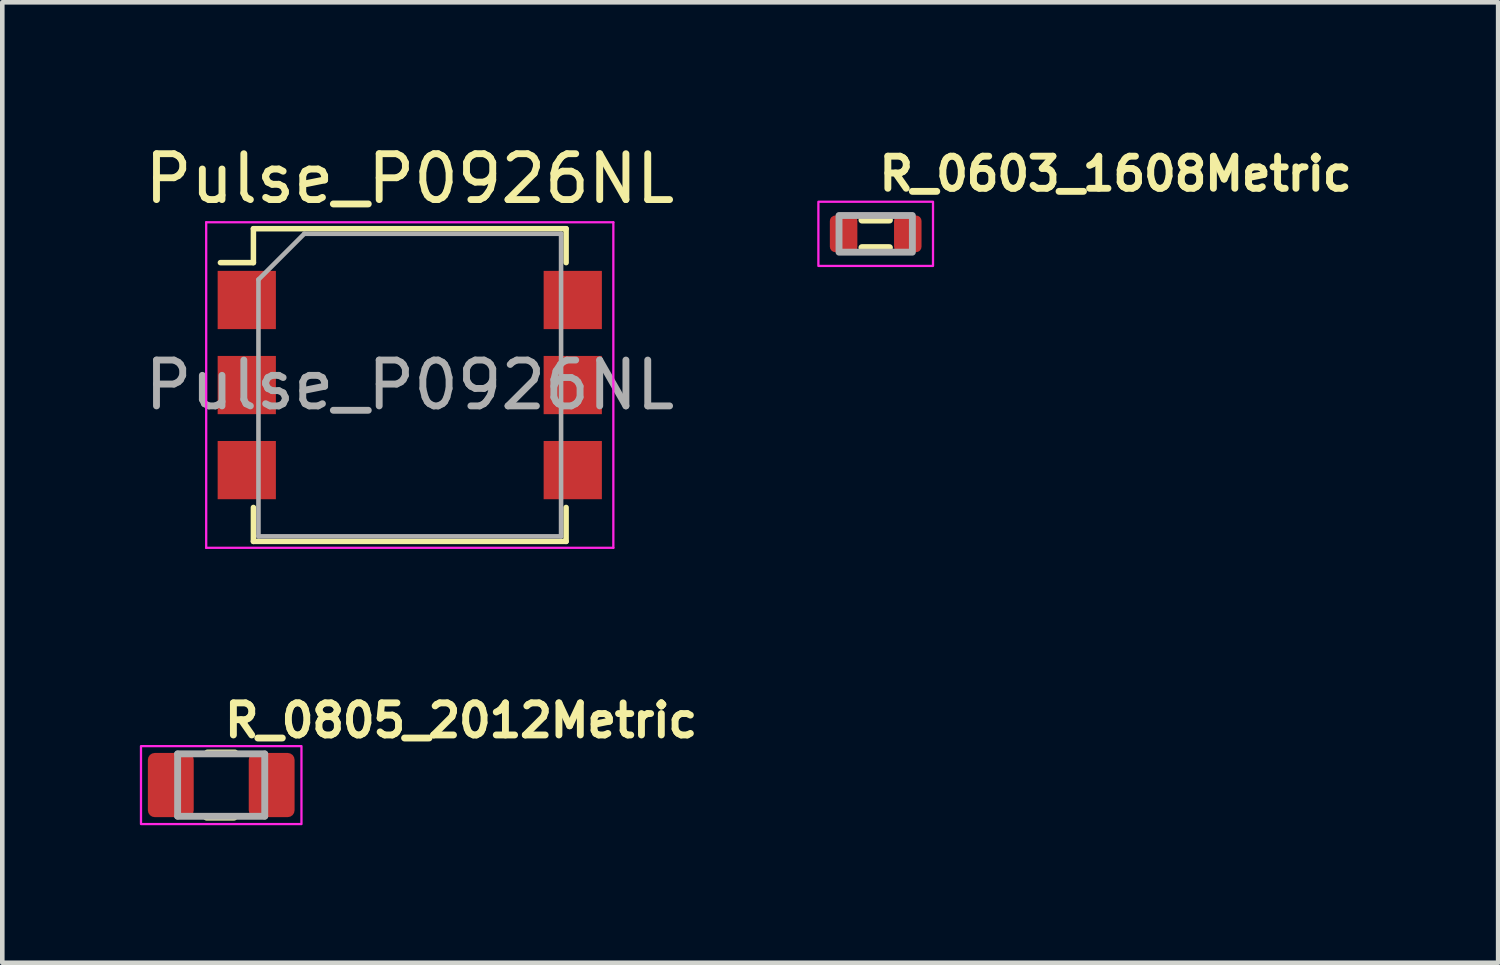
<source format=kicad_pcb>
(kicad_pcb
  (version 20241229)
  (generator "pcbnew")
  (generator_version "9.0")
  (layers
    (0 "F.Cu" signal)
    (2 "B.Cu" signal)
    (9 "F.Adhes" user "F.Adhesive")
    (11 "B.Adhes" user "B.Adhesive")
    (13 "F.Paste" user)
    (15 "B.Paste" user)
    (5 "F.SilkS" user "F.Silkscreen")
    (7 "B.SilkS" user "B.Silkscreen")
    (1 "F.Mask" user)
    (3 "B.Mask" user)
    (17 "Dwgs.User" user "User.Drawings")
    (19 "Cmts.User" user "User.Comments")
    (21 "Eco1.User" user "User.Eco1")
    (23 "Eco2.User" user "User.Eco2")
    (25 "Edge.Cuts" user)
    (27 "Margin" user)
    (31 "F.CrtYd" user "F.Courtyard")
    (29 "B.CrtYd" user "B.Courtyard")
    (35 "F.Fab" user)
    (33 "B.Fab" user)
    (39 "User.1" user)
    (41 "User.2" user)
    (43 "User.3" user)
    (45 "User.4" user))
  (footprint "R_0603_1608Metric"
    (layer "F.Cu")
    (at 16.049 2.05)
    (property "Reference" "R_0603_1608Metric" (at 0 -0.9 0) (layer "F.SilkS") (effects (font (size 0.7 0.7) (thickness 0.15)) (justify left bottom)))
    (attr smd)
    (fp_line (start -0.3 -0.3) (end 0.3 -0.3) (stroke (width 0.15) (type solid)) (layer "F.SilkS"))
    (fp_line (start -0.3 0.3) (end 0.3 0.3) (stroke (width 0.15) (type solid)) (layer "F.SilkS"))
    (fp_rect (start -1.25 -0.7) (end 1.25 0.7) (stroke (width 0.05) (type solid)) (fill no) (layer "F.CrtYd"))
    (fp_rect (start -0.8 -0.4) (end 0.8 0.4) (stroke (width 0.15) (type solid)) (fill no) (layer "F.Fab"))
    (fp_rect (start -0.8 -0.4) (end 0.8 0.4) (stroke (width 0.1) (type solid)) (fill no) (layer "User.5"))
    (fp_line (start -0.802 -0.398) (end -0.802 0.396) (stroke (width 0.02) (type solid)) (layer "User.9"))
    (fp_line (start -0.802 -0.398) (end -0.5 -0.398) (stroke (width 0.02) (type solid)) (layer "User.9"))
    (fp_line (start -0.5 -0.402) (end -0.5 0.4) (stroke (width 0.02) (type solid)) (layer "User.9"))
    (fp_line (start -0.5 -0.402) (end 0.498 -0.402) (stroke (width 0.02) (type solid)) (layer "User.9"))
    (fp_line (start -0.5 0.396) (end -0.802 0.396) (stroke (width 0.02) (type solid)) (layer "User.9"))
    (fp_line (start 0.498 -0.402) (end 0.498 0.4) (stroke (width 0.02) (type solid)) (layer "User.9"))
    (fp_line (start 0.498 -0.398) (end 0.8 -0.398) (stroke (width 0.02) (type solid)) (layer "User.9"))
    (fp_line (start 0.498 0.4) (end -0.5 0.4) (stroke (width 0.02) (type solid)) (layer "User.9"))
    (fp_line (start 0.8 -0.398) (end 0.8 0.396) (stroke (width 0.02) (type solid)) (layer "User.9"))
    (fp_line (start 0.8 0.396) (end 0.498 0.396) (stroke (width 0.02) (type solid)) (layer "User.9"))
    (pad "1" smd roundrect (at -0.7 0) (size 0.6 0.8) (layers "F.Cu" "F.Mask" "F.Paste") (roundrect_rratio 0.2))
    (pad "2" smd roundrect (at 0.7 0) (size 0.6 0.8) (layers "F.Cu" "F.Mask" "F.Paste") (roundrect_rratio 0.2)))
  (footprint "R_0805_2012Metric"
    (layer "F.Cu")
    (at 1.775 14.073)
    (property "Reference" "R_0805_2012Metric" (at 0 -1 0) (layer "F.SilkS") (effects (font (size 0.7 0.7) (thickness 0.15)) (justify left bottom)))
    (attr smd)
    (fp_line (start -0.32 0.699) (end 0.28 0.699) (stroke (width 0.15) (type solid)) (layer "F.SilkS"))
    (fp_line (start -0.3 -0.701) (end 0.298 -0.701) (stroke (width 0.15) (type solid)) (layer "F.SilkS"))
    (fp_rect (start -1.75 -0.85) (end 1.75 0.85) (stroke (width 0.05) (type solid)) (fill no) (layer "F.CrtYd"))
    (fp_line (start -0.951 -0.682) (end 0.949 -0.682) (stroke (width 0.15) (type solid)) (layer "F.Fab"))
    (fp_line (start -0.951 -0.677) (end -0.951 0.675) (stroke (width 0.15) (type solid)) (layer "F.Fab"))
    (fp_line (start -0.951 0.68) (end 0.949 0.68) (stroke (width 0.15) (type solid)) (layer "F.Fab"))
    (fp_line (start 0.949 -0.677) (end 0.949 0.675) (stroke (width 0.15) (type solid)) (layer "F.Fab"))
    (fp_rect (start -1 -0.657) (end 0.998 0.655) (stroke (width 0.1) (type solid)) (fill no) (layer "User.5"))
    (fp_line (start -1 -0.657) (end -1 0.655) (stroke (width 0.02) (type solid)) (layer "User.9"))
    (fp_line (start -0.5 -0.657) (end -1 -0.657) (stroke (width 0.02) (type solid)) (layer "User.9"))
    (fp_line (start -0.5 -0.657) (end -0.5 0.655) (stroke (width 0.02) (type solid)) (layer "User.9"))
    (fp_line (start -0.5 -0.625) (end 0.498 -0.625) (stroke (width 0.02) (type solid)) (layer "User.9"))
    (fp_line (start -0.5 0.655) (end -1 0.655) (stroke (width 0.02) (type solid)) (layer "User.9"))
    (fp_line (start 0.498 -0.657) (end 0.498 0.655) (stroke (width 0.02) (type solid)) (layer "User.9"))
    (fp_line (start 0.498 0.623) (end -0.5 0.623) (stroke (width 0.02) (type solid)) (layer "User.9"))
    (fp_line (start 0.998 -0.657) (end 0.498 -0.657) (stroke (width 0.02) (type solid)) (layer "User.9"))
    (fp_line (start 0.998 -0.657) (end 0.998 0.655) (stroke (width 0.02) (type solid)) (layer "User.9"))
    (fp_line (start 0.998 0.655) (end 0.498 0.655) (stroke (width 0.02) (type solid)) (layer "User.9"))
    (pad "1" smd roundrect (at -1.1 -0.001) (size 1 1.4) (layers "F.Cu" "F.Mask" "F.Paste") (roundrect_rratio 0.15))
    (pad "2" smd roundrect (at 1.1 -0.001) (size 1 1.4) (layers "F.Cu" "F.Mask" "F.Paste") (roundrect_rratio 0.15)))
  (footprint "Pulse_P0926NL"
    (layer "F.Cu")
    (at 5.887 5.348)
    (property "Reference" "Pulse_P0926NL" (at 0 -4.5 0) (layer "F.SilkS") (effects (font (size 1 1) (thickness 0.15))))
    (attr smd)
    (fp_line (start -4.13 -2.67) (end -3.41 -2.67) (stroke (width 0.12) (type solid)) (layer "F.SilkS"))
    (fp_line (start -3.41 -3.41) (end -3.41 -2.67) (stroke (width 0.12) (type solid)) (layer "F.SilkS"))
    (fp_line (start -3.41 -3.41) (end 3.41 -3.41) (stroke (width 0.12) (type solid)) (layer "F.SilkS"))
    (fp_line (start -3.41 3.41) (end -3.41 2.67) (stroke (width 0.12) (type solid)) (layer "F.SilkS"))
    (fp_line (start -3.41 3.41) (end 3.41 3.41) (stroke (width 0.12) (type solid)) (layer "F.SilkS"))
    (fp_line (start 3.41 -3.41) (end 3.41 -2.67) (stroke (width 0.12) (type solid)) (layer "F.SilkS"))
    (fp_line (start 3.41 3.41) (end 3.41 2.67) (stroke (width 0.12) (type solid)) (layer "F.SilkS"))
    (fp_line (start -4.44 -3.55) (end 4.44 -3.55) (stroke (width 0.05) (type solid)) (layer "F.CrtYd"))
    (fp_line (start -4.44 3.55) (end -4.44 -3.55) (stroke (width 0.05) (type solid)) (layer "F.CrtYd"))
    (fp_line (start 4.44 -3.55) (end 4.44 3.55) (stroke (width 0.05) (type solid)) (layer "F.CrtYd"))
    (fp_line (start 4.44 3.55) (end -4.44 3.55) (stroke (width 0.05) (type solid)) (layer "F.CrtYd"))
    (fp_line (start -3.3 3.3) (end -3.3 -2.3) (stroke (width 0.1) (type solid)) (layer "F.Fab"))
    (fp_line (start -2.3 -3.3) (end -3.3 -2.3) (stroke (width 0.1) (type solid)) (layer "F.Fab"))
    (fp_line (start -2.3 -3.3) (end 3.3 -3.3) (stroke (width 0.1) (type solid)) (layer "F.Fab"))
    (fp_line (start 3.3 -3.3) (end 3.3 3.3) (stroke (width 0.1) (type solid)) (layer "F.Fab"))
    (fp_line (start 3.3 3.3) (end -3.3 3.3) (stroke (width 0.1) (type solid)) (layer "F.Fab"))
    (fp_text user "${REFERENCE}" (at 0 0 0) (layer "F.Fab") (effects (font (size 1 1) (thickness 0.15))))
    (pad "1" smd rect (at -3.555 -1.855) (size 1.27 1.27) (layers "F.Cu" "F.Mask" "F.Paste"))
    (pad "2" smd rect (at -3.555 0) (size 1.27 1.27) (layers "F.Cu" "F.Mask" "F.Paste"))
    (pad "3" smd rect (at -3.555 1.855) (size 1.27 1.27) (layers "F.Cu" "F.Mask" "F.Paste"))
    (pad "4" smd rect (at 3.555 1.855) (size 1.27 1.27) (layers "F.Cu" "F.Mask" "F.Paste"))
    (pad "5" smd rect (at 3.555 0) (size 1.27 1.27) (layers "F.Cu" "F.Mask" "F.Paste"))
    (pad "6" smd rect (at 3.555 -1.855) (size 1.27 1.27) (layers "F.Cu" "F.Mask" "F.Paste")))
  (gr_rect
    (start -3 -3)
    (end 29.625 17.948)
    (stroke (width 0.1) (type default))
    (fill no)
    (layer "Edge.Cuts")))
</source>
